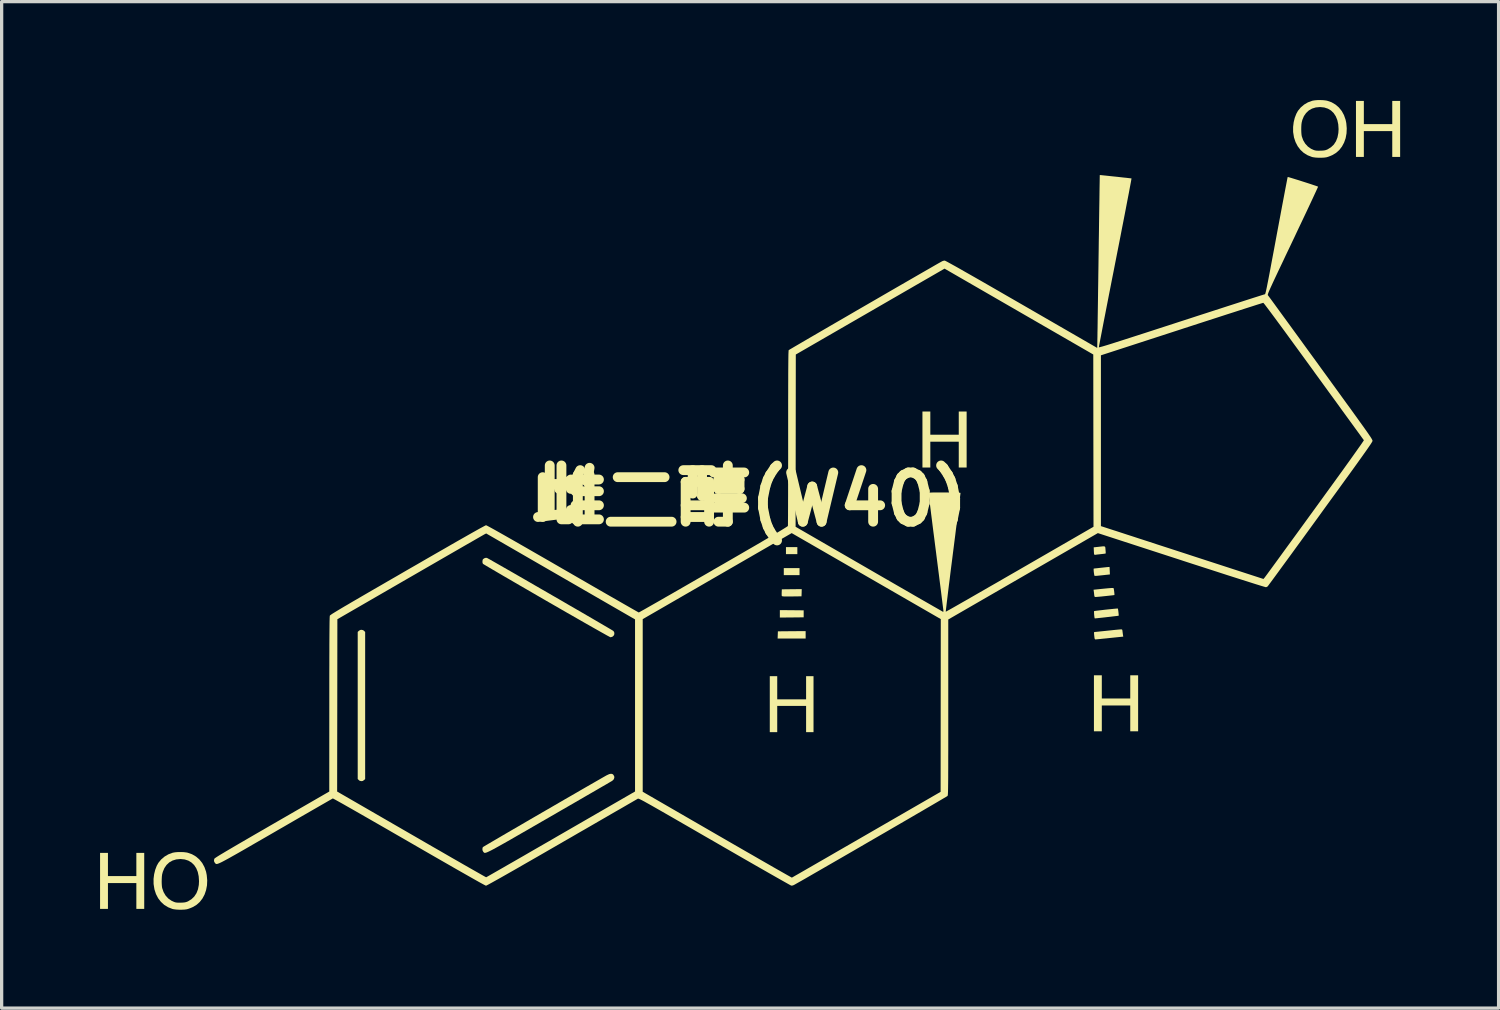
<source format=kicad_pcb>
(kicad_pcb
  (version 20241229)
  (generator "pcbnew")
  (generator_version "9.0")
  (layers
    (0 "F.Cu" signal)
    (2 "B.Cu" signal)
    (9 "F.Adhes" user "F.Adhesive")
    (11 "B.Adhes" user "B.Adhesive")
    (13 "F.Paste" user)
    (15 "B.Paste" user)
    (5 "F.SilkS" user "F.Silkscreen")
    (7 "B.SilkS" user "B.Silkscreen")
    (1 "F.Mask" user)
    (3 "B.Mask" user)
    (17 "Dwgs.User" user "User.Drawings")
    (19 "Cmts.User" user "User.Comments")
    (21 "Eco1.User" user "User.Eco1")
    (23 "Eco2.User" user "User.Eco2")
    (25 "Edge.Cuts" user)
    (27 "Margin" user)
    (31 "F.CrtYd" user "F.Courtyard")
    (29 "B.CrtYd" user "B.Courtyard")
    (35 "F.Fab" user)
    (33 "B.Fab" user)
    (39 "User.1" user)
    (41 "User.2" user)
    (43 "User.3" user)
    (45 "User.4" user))
  (footprint "雌二醇(W40)"
    (layer "F.Cu")
    (at 19.813 12.173)
    (property "Reference" "雌二醇(W40)" (at 0 0 0) (layer "F.SilkS") (effects (font (size 1.5 1.5) (thickness 0.3))))
    (attr board_only exclude_from_pos_files exclude_from_bom)
    (fp_poly (pts (xy 1.27 3.376) (xy 1.633 3.38) (xy 1.633 3.487) (xy 1.633 3.593) (xy 1.27 3.597) (xy 0.907 3.6) (xy 0.907 3.487) (xy 0.907 3.373)) (stroke (width 0) (type solid)) (fill yes) (layer "F.SilkS"))
    (fp_poly (pts (xy 1.44 1.56) (xy 1.44 1.667) (xy 1.267 1.667) (xy 1.093 1.667) (xy 1.093 1.56) (xy 1.093 1.453) (xy 1.267 1.453) (xy 1.44 1.453)) (stroke (width 0) (type solid)) (fill yes) (layer "F.SilkS"))
    (fp_poly (pts (xy 1.507 2.2) (xy 1.507 2.307) (xy 1.267 2.307) (xy 1.027 2.307) (xy 1.027 2.2) (xy 1.027 2.093) (xy 1.267 2.093) (xy 1.507 2.093)) (stroke (width 0) (type solid)) (fill yes) (layer "F.SilkS"))
    (fp_poly (pts (xy 1.693 4.126) (xy 1.693 4.24) (xy 1.266 4.24) (xy 0.839 4.24) (xy 0.843 4.13) (xy 0.847 4.02) (xy 1.27 4.016) (xy 1.693 4.013)) (stroke (width 0) (type solid)) (fill yes) (layer "F.SilkS"))
    (fp_poly (pts (xy -11.796 3.984) (xy -11.766 4.006) (xy -11.733 4.039) (xy -11.733 6.28) (xy -11.733 8.521) (xy -11.766 8.554) (xy -11.809 8.581) (xy -11.847 8.587) (xy -11.898 8.576) (xy -11.927 8.554) (xy -11.96 8.521) (xy -11.96 6.28) (xy -11.96 4.039) (xy -11.927 4.006) (xy -11.884 3.979) (xy -11.847 3.973)) (stroke (width 0) (type solid)) (fill yes) (layer "F.SilkS"))
    (fp_poly (pts (xy 1.571 2.843) (xy 1.567 2.953) (xy 1.27 2.957) (xy 1.17 2.958) (xy 1.094 2.958) (xy 1.039 2.957) (xy 1.002 2.954) (xy 0.979 2.95) (xy 0.968 2.945) (xy 0.966 2.942) (xy 0.963 2.92) (xy 0.962 2.88) (xy 0.963 2.832) (xy 0.967 2.74) (xy 1.271 2.736) (xy 1.574 2.733)) (stroke (width 0) (type solid)) (fill yes) (layer "F.SilkS"))
    (fp_poly (pts (xy -19.573 11.127) (xy -19.573 11.48) (xy -19.14 11.48) (xy -18.707 11.48) (xy -18.707 11.127) (xy -18.707 10.773) (xy -18.587 10.773) (xy -18.467 10.773) (xy -18.467 11.627) (xy -18.467 12.48) (xy -18.587 12.48) (xy -18.707 12.48) (xy -18.707 12.087) (xy -18.707 11.693) (xy -19.14 11.693) (xy -19.573 11.693) (xy -19.573 12.087) (xy -19.573 12.48) (xy -19.693 12.48) (xy -19.813 12.48) (xy -19.813 11.627) (xy -19.813 10.773) (xy -19.693 10.773) (xy -19.573 10.773)) (stroke (width 0) (type solid)) (fill yes) (layer "F.SilkS"))
    (fp_poly (pts (xy 0.827 5.74) (xy 0.827 6.093) (xy 1.267 6.093) (xy 1.707 6.093) (xy 1.707 5.74) (xy 1.707 5.387) (xy 1.82 5.387) (xy 1.933 5.387) (xy 1.933 6.24) (xy 1.933 7.093) (xy 1.82 7.093) (xy 1.707 7.093) (xy 1.707 6.693) (xy 1.707 6.293) (xy 1.267 6.293) (xy 0.827 6.293) (xy 0.827 6.693) (xy 0.827 7.093) (xy 0.713 7.093) (xy 0.6 7.093) (xy 0.6 6.24) (xy 0.6 5.387) (xy 0.713 5.387) (xy 0.827 5.387)) (stroke (width 0) (type solid)) (fill yes) (layer "F.SilkS"))
    (fp_poly (pts (xy 5.493 -2.327) (xy 5.493 -1.973) (xy 5.927 -1.973) (xy 6.36 -1.973) (xy 6.36 -2.327) (xy 6.36 -2.68) (xy 6.48 -2.68) (xy 6.6 -2.68) (xy 6.6 -1.827) (xy 6.6 -0.973) (xy 6.48 -0.973) (xy 6.36 -0.973) (xy 6.36 -1.367) (xy 6.36 -1.76) (xy 5.927 -1.76) (xy 5.493 -1.76) (xy 5.493 -1.367) (xy 5.493 -0.973) (xy 5.373 -0.973) (xy 5.253 -0.973) (xy 5.253 -1.827) (xy 5.253 -2.68) (xy 5.373 -2.68) (xy 5.493 -2.68)) (stroke (width 0) (type solid)) (fill yes) (layer "F.SilkS"))
    (fp_poly (pts (xy 10.72 5.713) (xy 10.72 6.067) (xy 11.153 6.067) (xy 11.587 6.067) (xy 11.587 5.713) (xy 11.587 5.36) (xy 11.707 5.36) (xy 11.827 5.36) (xy 11.827 6.213) (xy 11.827 7.067) (xy 11.707 7.067) (xy 11.587 7.067) (xy 11.587 6.673) (xy 11.587 6.28) (xy 11.153 6.28) (xy 10.72 6.28) (xy 10.72 6.673) (xy 10.72 7.067) (xy 10.6 7.067) (xy 10.48 7.067) (xy 10.48 6.213) (xy 10.48 5.36) (xy 10.6 5.36) (xy 10.72 5.36)) (stroke (width 0) (type solid)) (fill yes) (layer "F.SilkS"))
    (fp_poly (pts (xy 18.707 -11.793) (xy 18.707 -11.44) (xy 19.14 -11.44) (xy 19.573 -11.44) (xy 19.573 -11.793) (xy 19.573 -12.147) (xy 19.693 -12.147) (xy 19.813 -12.147) (xy 19.813 -11.293) (xy 19.813 -10.44) (xy 19.693 -10.44) (xy 19.573 -10.44) (xy 19.573 -10.833) (xy 19.573 -11.227) (xy 19.14 -11.227) (xy 18.707 -11.227) (xy 18.707 -10.833) (xy 18.707 -10.44) (xy 18.587 -10.44) (xy 18.467 -10.44) (xy 18.467 -11.293) (xy 18.467 -12.147) (xy 18.587 -12.147) (xy 18.707 -12.147)) (stroke (width 0) (type solid)) (fill yes) (layer "F.SilkS"))
    (fp_poly (pts (xy 10.81 1.435) (xy 10.823 1.449) (xy 10.828 1.472) (xy 10.831 1.507) (xy 10.833 1.534) (xy 10.837 1.585) (xy 10.839 1.624) (xy 10.838 1.645) (xy 10.837 1.647) (xy 10.823 1.651) (xy 10.787 1.656) (xy 10.737 1.662) (xy 10.699 1.666) (xy 10.638 1.673) (xy 10.583 1.679) (xy 10.543 1.684) (xy 10.529 1.687) (xy 10.499 1.686) (xy 10.487 1.676) (xy 10.483 1.656) (xy 10.48 1.616) (xy 10.477 1.567) (xy 10.477 1.56) (xy 10.473 1.46) (xy 10.613 1.445) (xy 10.693 1.436) (xy 10.749 1.43) (xy 10.787 1.429)) (stroke (width 0) (type solid)) (fill yes) (layer "F.SilkS"))
    (fp_poly (pts (xy 10.957 2.071) (xy 10.959 2.105) (xy 10.961 2.153) (xy 10.962 2.173) (xy 10.967 2.286) (xy 10.753 2.309) (xy 10.665 2.318) (xy 10.599 2.325) (xy 10.553 2.329) (xy 10.522 2.33) (xy 10.504 2.328) (xy 10.495 2.322) (xy 10.491 2.313) (xy 10.489 2.3) (xy 10.489 2.297) (xy 10.48 2.243) (xy 10.474 2.191) (xy 10.471 2.147) (xy 10.472 2.116) (xy 10.476 2.106) (xy 10.492 2.105) (xy 10.53 2.101) (xy 10.586 2.095) (xy 10.655 2.087) (xy 10.72 2.08) (xy 10.795 2.072) (xy 10.861 2.065) (xy 10.912 2.06) (xy 10.945 2.058) (xy 10.955 2.057)) (stroke (width 0) (type solid)) (fill yes) (layer "F.SilkS"))
    (fp_poly (pts (xy 11.07 2.701) (xy 11.08 2.706) (xy 11.08 2.706) (xy 11.085 2.725) (xy 11.091 2.76) (xy 11.097 2.805) (xy 11.102 2.85) (xy 11.105 2.888) (xy 11.105 2.911) (xy 11.104 2.914) (xy 11.09 2.916) (xy 11.054 2.921) (xy 11.001 2.927) (xy 10.936 2.934) (xy 10.863 2.942) (xy 10.787 2.95) (xy 10.713 2.958) (xy 10.646 2.964) (xy 10.589 2.969) (xy 10.549 2.972) (xy 10.531 2.973) (xy 10.511 2.971) (xy 10.499 2.961) (xy 10.492 2.937) (xy 10.487 2.897) (xy 10.482 2.848) (xy 10.476 2.805) (xy 10.474 2.786) (xy 10.468 2.752) (xy 10.769 2.721) (xy 10.872 2.711) (xy 10.95 2.704) (xy 11.008 2.7) (xy 11.047 2.699)) (stroke (width 0) (type solid)) (fill yes) (layer "F.SilkS"))
    (fp_poly (pts (xy 11.329 3.962) (xy 11.341 3.971) (xy 11.348 3.995) (xy 11.353 4.037) (xy 11.359 4.086) (xy 11.365 4.128) (xy 11.368 4.147) (xy 11.374 4.181) (xy 10.957 4.224) (xy 10.854 4.235) (xy 10.759 4.244) (xy 10.676 4.253) (xy 10.608 4.259) (xy 10.558 4.264) (xy 10.529 4.267) (xy 10.524 4.267) (xy 10.508 4.256) (xy 10.502 4.243) (xy 10.497 4.219) (xy 10.492 4.177) (xy 10.487 4.13) (xy 10.483 4.081) (xy 10.484 4.053) (xy 10.49 4.042) (xy 10.497 4.04) (xy 10.515 4.039) (xy 10.556 4.035) (xy 10.616 4.029) (xy 10.692 4.021) (xy 10.78 4.012) (xy 10.877 4.002) (xy 10.893 4) (xy 10.993 3.99) (xy 11.085 3.98) (xy 11.166 3.972) (xy 11.232 3.966) (xy 11.28 3.962) (xy 11.306 3.96) (xy 11.307 3.96)) (stroke (width 0) (type solid)) (fill yes) (layer "F.SilkS"))
    (fp_poly (pts (xy 11.209 3.325) (xy 11.213 3.34) (xy 11.219 3.373) (xy 11.225 3.417) (xy 11.23 3.464) (xy 11.234 3.506) (xy 11.235 3.535) (xy 11.234 3.543) (xy 11.221 3.546) (xy 11.185 3.551) (xy 11.131 3.557) (xy 11.063 3.565) (xy 10.985 3.575) (xy 10.901 3.584) (xy 10.815 3.594) (xy 10.733 3.603) (xy 10.657 3.611) (xy 10.592 3.618) (xy 10.542 3.623) (xy 10.511 3.626) (xy 10.505 3.626) (xy 10.5 3.614) (xy 10.494 3.582) (xy 10.489 3.535) (xy 10.487 3.519) (xy 10.484 3.468) (xy 10.483 3.428) (xy 10.484 3.406) (xy 10.485 3.404) (xy 10.5 3.4) (xy 10.536 3.395) (xy 10.591 3.388) (xy 10.66 3.38) (xy 10.738 3.371) (xy 10.822 3.361) (xy 10.907 3.352) (xy 10.989 3.344) (xy 11.063 3.336) (xy 11.127 3.33) (xy 11.175 3.326) (xy 11.203 3.324)) (stroke (width 0) (type solid)) (fill yes) (layer "F.SilkS"))
    (fp_poly (pts (xy -8.022 1.782) (xy -8.006 1.79) (xy -7.969 1.81) (xy -7.911 1.842) (xy -7.836 1.885) (xy -7.743 1.938) (xy -7.634 2) (xy -7.512 2.07) (xy -7.377 2.147) (xy -7.23 2.231) (xy -7.074 2.321) (xy -6.91 2.415) (xy -6.739 2.514) (xy -6.563 2.616) (xy -6.383 2.72) (xy -6.2 2.825) (xy -6.017 2.931) (xy -5.834 3.036) (xy -5.654 3.141) (xy -5.477 3.244) (xy -5.305 3.343) (xy -5.139 3.439) (xy -4.981 3.531) (xy -4.833 3.617) (xy -4.696 3.697) (xy -4.571 3.77) (xy -4.46 3.835) (xy -4.364 3.891) (xy -4.286 3.937) (xy -4.225 3.973) (xy -4.184 3.998) (xy -4.164 4.011) (xy -4.163 4.012) (xy -4.139 4.059) (xy -4.138 4.107) (xy -4.158 4.151) (xy -4.194 4.183) (xy -4.243 4.199) (xy -4.257 4.2) (xy -4.272 4.193) (xy -4.308 4.174) (xy -4.366 4.143) (xy -4.442 4.1) (xy -4.537 4.047) (xy -4.648 3.984) (xy -4.776 3.912) (xy -4.918 3.831) (xy -5.073 3.743) (xy -5.24 3.647) (xy -5.418 3.545) (xy -5.606 3.438) (xy -5.802 3.325) (xy -6.005 3.208) (xy -6.207 3.092) (xy -6.416 2.971) (xy -6.619 2.853) (xy -6.814 2.74) (xy -7.001 2.632) (xy -7.178 2.529) (xy -7.344 2.432) (xy -7.498 2.343) (xy -7.638 2.261) (xy -7.764 2.187) (xy -7.874 2.123) (xy -7.967 2.068) (xy -8.041 2.024) (xy -8.096 1.991) (xy -8.131 1.97) (xy -8.143 1.962) (xy -8.156 1.928) (xy -8.158 1.883) (xy -8.151 1.841) (xy -8.142 1.824) (xy -8.109 1.797) (xy -8.066 1.781) (xy -8.025 1.781)) (stroke (width 0) (type solid)) (fill yes) (layer "F.SilkS"))
    (fp_poly (pts (xy -4.192 8.372) (xy -4.174 8.386) (xy -4.143 8.433) (xy -4.138 8.482) (xy -4.156 8.531) (xy -4.199 8.574) (xy -4.2 8.574) (xy -4.215 8.584) (xy -4.252 8.605) (xy -4.31 8.639) (xy -4.386 8.684) (xy -4.482 8.739) (xy -4.594 8.804) (xy -4.721 8.878) (xy -4.863 8.96) (xy -5.019 9.05) (xy -5.186 9.147) (xy -5.364 9.25) (xy -5.551 9.358) (xy -5.747 9.471) (xy -5.949 9.588) (xy -6.118 9.686) (xy -6.367 9.829) (xy -6.594 9.96) (xy -6.799 10.079) (xy -6.985 10.185) (xy -7.151 10.281) (xy -7.3 10.367) (xy -7.432 10.442) (xy -7.549 10.508) (xy -7.651 10.565) (xy -7.739 10.614) (xy -7.814 10.655) (xy -7.878 10.689) (xy -7.932 10.716) (xy -7.976 10.737) (xy -8.012 10.753) (xy -8.041 10.764) (xy -8.064 10.77) (xy -8.081 10.773) (xy -8.094 10.772) (xy -8.104 10.768) (xy -8.113 10.762) (xy -8.12 10.755) (xy -8.127 10.746) (xy -8.131 10.742) (xy -8.153 10.704) (xy -8.16 10.656) (xy -8.152 10.612) (xy -8.143 10.596) (xy -8.131 10.588) (xy -8.096 10.567) (xy -8.042 10.535) (xy -7.969 10.492) (xy -7.879 10.439) (xy -7.773 10.377) (xy -7.653 10.307) (xy -7.52 10.229) (xy -7.376 10.145) (xy -7.222 10.055) (xy -7.059 9.961) (xy -6.89 9.862) (xy -6.716 9.761) (xy -6.537 9.657) (xy -6.356 9.552) (xy -6.174 9.447) (xy -5.993 9.342) (xy -5.814 9.238) (xy -5.638 9.136) (xy -5.467 9.038) (xy -5.303 8.943) (xy -5.146 8.852) (xy -4.999 8.767) (xy -4.863 8.689) (xy -4.739 8.618) (xy -4.629 8.555) (xy -4.534 8.5) (xy -4.457 8.456) (xy -4.397 8.422) (xy -4.366 8.405) (xy -4.294 8.372) (xy -4.237 8.361)) (stroke (width 0) (type solid)) (fill yes) (layer "F.SilkS"))
    (fp_poly (pts (xy -17.255 10.751) (xy -17.176 10.761) (xy -17.142 10.768) (xy -17.009 10.815) (xy -16.889 10.885) (xy -16.786 10.974) (xy -16.699 11.082) (xy -16.631 11.207) (xy -16.582 11.348) (xy -16.562 11.449) (xy -16.547 11.609) (xy -16.554 11.763) (xy -16.582 11.909) (xy -16.628 12.043) (xy -16.693 12.164) (xy -16.775 12.27) (xy -16.873 12.357) (xy -16.987 12.425) (xy -16.988 12.425) (xy -17.048 12.451) (xy -17.109 12.474) (xy -17.159 12.489) (xy -17.171 12.492) (xy -17.238 12.501) (xy -17.32 12.505) (xy -17.409 12.505) (xy -17.495 12.5) (xy -17.569 12.49) (xy -17.607 12.482) (xy -17.739 12.43) (xy -17.857 12.358) (xy -17.958 12.265) (xy -18.043 12.155) (xy -18.109 12.028) (xy -18.155 11.887) (xy -18.18 11.732) (xy -18.182 11.707) (xy -18.182 11.644) (xy -17.935 11.644) (xy -17.933 11.724) (xy -17.928 11.793) (xy -17.92 11.845) (xy -17.919 11.847) (xy -17.877 11.968) (xy -17.815 12.074) (xy -17.734 12.163) (xy -17.635 12.232) (xy -17.556 12.268) (xy -17.516 12.281) (xy -17.473 12.288) (xy -17.42 12.291) (xy -17.349 12.29) (xy -17.347 12.29) (xy -17.278 12.287) (xy -17.228 12.281) (xy -17.189 12.272) (xy -17.151 12.258) (xy -17.131 12.249) (xy -17.026 12.184) (xy -16.941 12.102) (xy -16.875 12.002) (xy -16.829 11.884) (xy -16.803 11.75) (xy -16.797 11.633) (xy -16.807 11.486) (xy -16.835 11.354) (xy -16.882 11.24) (xy -16.946 11.143) (xy -17.027 11.066) (xy -17.122 11.009) (xy -17.233 10.973) (xy -17.356 10.96) (xy -17.367 10.96) (xy -17.492 10.972) (xy -17.605 11.007) (xy -17.704 11.063) (xy -17.787 11.141) (xy -17.853 11.237) (xy -17.901 11.352) (xy -17.922 11.433) (xy -17.929 11.491) (xy -17.933 11.564) (xy -17.935 11.644) (xy -18.182 11.644) (xy -18.183 11.566) (xy -18.165 11.424) (xy -18.132 11.289) (xy -18.085 11.165) (xy -18.035 11.076) (xy -17.951 10.974) (xy -17.848 10.886) (xy -17.731 10.817) (xy -17.604 10.77) (xy -17.594 10.767) (xy -17.525 10.755) (xy -17.439 10.748) (xy -17.346 10.747)) (stroke (width 0) (type solid)) (fill yes) (layer "F.SilkS"))
    (fp_poly (pts (xy 17.478 -12.169) (xy 17.557 -12.159) (xy 17.591 -12.152) (xy 17.725 -12.105) (xy 17.844 -12.035) (xy 17.947 -11.946) (xy 18.034 -11.838) (xy 18.102 -11.713) (xy 18.151 -11.572) (xy 18.172 -11.471) (xy 18.186 -11.311) (xy 18.179 -11.157) (xy 18.152 -11.011) (xy 18.105 -10.877) (xy 18.04 -10.756) (xy 17.958 -10.65) (xy 17.86 -10.563) (xy 17.747 -10.495) (xy 17.745 -10.495) (xy 17.685 -10.469) (xy 17.625 -10.446) (xy 17.574 -10.431) (xy 17.563 -10.428) (xy 17.495 -10.419) (xy 17.413 -10.415) (xy 17.324 -10.415) (xy 17.239 -10.42) (xy 17.165 -10.43) (xy 17.127 -10.438) (xy 16.994 -10.49) (xy 16.876 -10.562) (xy 16.775 -10.655) (xy 16.691 -10.765) (xy 16.625 -10.892) (xy 16.578 -11.033) (xy 16.553 -11.188) (xy 16.551 -11.213) (xy 16.551 -11.276) (xy 16.799 -11.276) (xy 16.801 -11.196) (xy 16.806 -11.127) (xy 16.814 -11.075) (xy 16.814 -11.073) (xy 16.856 -10.952) (xy 16.919 -10.846) (xy 17 -10.757) (xy 17.098 -10.688) (xy 17.178 -10.652) (xy 17.218 -10.639) (xy 17.26 -10.632) (xy 17.313 -10.629) (xy 17.384 -10.63) (xy 17.387 -10.63) (xy 17.455 -10.633) (xy 17.505 -10.639) (xy 17.545 -10.648) (xy 17.582 -10.662) (xy 17.603 -10.671) (xy 17.707 -10.736) (xy 17.793 -10.818) (xy 17.858 -10.918) (xy 17.904 -11.036) (xy 17.93 -11.17) (xy 17.937 -11.287) (xy 17.927 -11.434) (xy 17.898 -11.566) (xy 17.851 -11.68) (xy 17.787 -11.777) (xy 17.707 -11.854) (xy 17.611 -11.911) (xy 17.501 -11.947) (xy 17.377 -11.96) (xy 17.367 -11.96) (xy 17.241 -11.948) (xy 17.128 -11.913) (xy 17.03 -11.857) (xy 16.947 -11.779) (xy 16.88 -11.683) (xy 16.832 -11.568) (xy 16.812 -11.487) (xy 16.804 -11.429) (xy 16.8 -11.356) (xy 16.799 -11.276) (xy 16.551 -11.276) (xy 16.551 -11.354) (xy 16.568 -11.496) (xy 16.601 -11.631) (xy 16.649 -11.755) (xy 16.698 -11.844) (xy 16.782 -11.946) (xy 16.885 -12.034) (xy 17.002 -12.103) (xy 17.129 -12.15) (xy 17.139 -12.153) (xy 17.209 -12.165) (xy 17.294 -12.172) (xy 17.387 -12.173)) (stroke (width 0) (type solid)) (fill yes) (layer "F.SilkS"))
    (fp_poly (pts (xy 10.672 -9.887) (xy 10.708 -9.884) (xy 10.764 -9.878) (xy 10.835 -9.871) (xy 10.918 -9.862) (xy 11.01 -9.852) (xy 11.107 -9.842) (xy 11.205 -9.832) (xy 11.3 -9.821) (xy 11.39 -9.811) (xy 11.47 -9.803) (xy 11.537 -9.795) (xy 11.588 -9.789) (xy 11.618 -9.786) (xy 11.625 -9.784) (xy 11.623 -9.771) (xy 11.617 -9.733) (xy 11.606 -9.671) (xy 11.59 -9.587) (xy 11.57 -9.481) (xy 11.547 -9.356) (xy 11.519 -9.212) (xy 11.488 -9.051) (xy 11.454 -8.873) (xy 11.417 -8.681) (xy 11.377 -8.475) (xy 11.334 -8.257) (xy 11.29 -8.028) (xy 11.243 -7.788) (xy 11.194 -7.54) (xy 11.144 -7.285) (xy 11.131 -7.22) (xy 11.081 -6.963) (xy 11.031 -6.713) (xy 10.984 -6.471) (xy 10.938 -6.238) (xy 10.895 -6.016) (xy 10.854 -5.806) (xy 10.816 -5.609) (xy 10.78 -5.427) (xy 10.748 -5.26) (xy 10.719 -5.11) (xy 10.694 -4.979) (xy 10.672 -4.867) (xy 10.655 -4.776) (xy 10.642 -4.707) (xy 10.634 -4.661) (xy 10.63 -4.64) (xy 10.63 -4.639) (xy 10.635 -4.637) (xy 10.648 -4.639) (xy 10.67 -4.644) (xy 10.703 -4.653) (xy 10.748 -4.665) (xy 10.805 -4.682) (xy 10.875 -4.703) (xy 10.959 -4.729) (xy 11.058 -4.76) (xy 11.173 -4.797) (xy 11.305 -4.839) (xy 11.455 -4.887) (xy 11.623 -4.941) (xy 11.812 -5.002) (xy 12.02 -5.069) (xy 12.251 -5.144) (xy 12.503 -5.226) (xy 12.779 -5.315) (xy 13.079 -5.413) (xy 13.147 -5.435) (xy 13.398 -5.516) (xy 13.642 -5.596) (xy 13.878 -5.672) (xy 14.106 -5.746) (xy 14.323 -5.816) (xy 14.529 -5.883) (xy 14.722 -5.945) (xy 14.901 -6.003) (xy 15.065 -6.056) (xy 15.212 -6.103) (xy 15.342 -6.145) (xy 15.453 -6.18) (xy 15.544 -6.209) (xy 15.614 -6.231) (xy 15.661 -6.246) (xy 15.685 -6.252) (xy 15.687 -6.253) (xy 15.691 -6.254) (xy 15.695 -6.259) (xy 15.7 -6.267) (xy 15.706 -6.282) (xy 15.712 -6.304) (xy 15.72 -6.334) (xy 15.729 -6.374) (xy 15.74 -6.424) (xy 15.753 -6.487) (xy 15.768 -6.563) (xy 15.786 -6.654) (xy 15.807 -6.761) (xy 15.831 -6.886) (xy 15.858 -7.029) (xy 15.888 -7.192) (xy 15.923 -7.377) (xy 15.962 -7.583) (xy 16.005 -7.814) (xy 16.046 -8.037) (xy 16.086 -8.251) (xy 16.125 -8.458) (xy 16.162 -8.656) (xy 16.197 -8.844) (xy 16.23 -9.02) (xy 16.261 -9.183) (xy 16.289 -9.331) (xy 16.314 -9.463) (xy 16.336 -9.577) (xy 16.354 -9.671) (xy 16.368 -9.745) (xy 16.379 -9.797) (xy 16.385 -9.824) (xy 16.386 -9.829) (xy 16.399 -9.826) (xy 16.435 -9.817) (xy 16.488 -9.801) (xy 16.557 -9.78) (xy 16.637 -9.755) (xy 16.726 -9.728) (xy 16.819 -9.698) (xy 16.913 -9.668) (xy 17.004 -9.639) (xy 17.09 -9.611) (xy 17.166 -9.585) (xy 17.23 -9.564) (xy 17.278 -9.547) (xy 17.306 -9.536) (xy 17.312 -9.533) (xy 17.307 -9.52) (xy 17.291 -9.485) (xy 17.265 -9.428) (xy 17.23 -9.352) (xy 17.186 -9.257) (xy 17.134 -9.145) (xy 17.074 -9.017) (xy 17.007 -8.874) (xy 16.934 -8.719) (xy 16.855 -8.552) (xy 16.771 -8.375) (xy 16.683 -8.19) (xy 16.592 -7.996) (xy 16.54 -7.887) (xy 16.43 -7.655) (xy 16.33 -7.447) (xy 16.242 -7.259) (xy 16.163 -7.093) (xy 16.093 -6.946) (xy 16.032 -6.816) (xy 15.979 -6.704) (xy 15.934 -6.607) (xy 15.896 -6.524) (xy 15.864 -6.455) (xy 15.839 -6.398) (xy 15.818 -6.351) (xy 15.803 -6.314) (xy 15.792 -6.285) (xy 15.785 -6.263) (xy 15.781 -6.248) (xy 15.779 -6.237) (xy 15.78 -6.229) (xy 15.783 -6.224) (xy 15.785 -6.22) (xy 15.796 -6.207) (xy 15.821 -6.173) (xy 15.86 -6.12) (xy 15.913 -6.048) (xy 15.978 -5.959) (xy 16.055 -5.853) (xy 16.143 -5.732) (xy 16.242 -5.596) (xy 16.35 -5.448) (xy 16.468 -5.286) (xy 16.593 -5.114) (xy 16.726 -4.932) (xy 16.865 -4.74) (xy 17.01 -4.54) (xy 17.161 -4.333) (xy 17.316 -4.12) (xy 17.392 -4.014) (xy 17.578 -3.759) (xy 17.748 -3.524) (xy 17.904 -3.309) (xy 18.046 -3.113) (xy 18.175 -2.935) (xy 18.292 -2.775) (xy 18.396 -2.63) (xy 18.49 -2.5) (xy 18.572 -2.385) (xy 18.645 -2.284) (xy 18.709 -2.195) (xy 18.763 -2.118) (xy 18.81 -2.052) (xy 18.849 -1.995) (xy 18.881 -1.948) (xy 18.908 -1.909) (xy 18.928 -1.877) (xy 18.944 -1.851) (xy 18.955 -1.831) (xy 18.963 -1.815) (xy 18.968 -1.804) (xy 18.97 -1.795) (xy 18.971 -1.787) (xy 18.971 -1.785) (xy 18.969 -1.776) (xy 18.963 -1.764) (xy 18.953 -1.745) (xy 18.938 -1.721) (xy 18.918 -1.689) (xy 18.891 -1.649) (xy 18.858 -1.601) (xy 18.818 -1.543) (xy 18.77 -1.474) (xy 18.713 -1.394) (xy 18.648 -1.302) (xy 18.572 -1.196) (xy 18.487 -1.077) (xy 18.39 -0.942) (xy 18.282 -0.792) (xy 18.161 -0.626) (xy 18.028 -0.442) (xy 17.882 -0.24) (xy 17.721 -0.019) (xy 17.546 0.222) (xy 17.381 0.45) (xy 17.225 0.665) (xy 17.072 0.876) (xy 16.924 1.079) (xy 16.782 1.275) (xy 16.646 1.461) (xy 16.517 1.639) (xy 16.396 1.805) (xy 16.283 1.959) (xy 16.179 2.101) (xy 16.086 2.229) (xy 16.003 2.342) (xy 15.932 2.439) (xy 15.873 2.519) (xy 15.827 2.581) (xy 15.795 2.624) (xy 15.778 2.647) (xy 15.775 2.651) (xy 15.744 2.668) (xy 15.725 2.675) (xy 15.709 2.672) (xy 15.668 2.66) (xy 15.603 2.641) (xy 15.515 2.614) (xy 15.405 2.58) (xy 15.273 2.538) (xy 15.119 2.489) (xy 14.945 2.434) (xy 14.751 2.372) (xy 14.537 2.304) (xy 14.306 2.229) (xy 14.056 2.148) (xy 13.79 2.062) (xy 13.507 1.971) (xy 13.208 1.874) (xy 13.148 1.854) (xy 10.6 1.026) (xy 8.32 2.342) (xy 6.04 3.659) (xy 6.04 6.334) (xy 6.04 6.649) (xy 6.04 6.938) (xy 6.04 7.203) (xy 6.04 7.444) (xy 6.04 7.663) (xy 6.039 7.861) (xy 6.039 8.038) (xy 6.039 8.197) (xy 6.038 8.338) (xy 6.038 8.462) (xy 6.037 8.57) (xy 6.036 8.663) (xy 6.035 8.743) (xy 6.034 8.811) (xy 6.033 8.867) (xy 6.032 8.913) (xy 6.03 8.949) (xy 6.029 8.978) (xy 6.027 8.999) (xy 6.025 9.015) (xy 6.022 9.026) (xy 6.02 9.033) (xy 6.017 9.038) (xy 6.017 9.038) (xy 6.004 9.047) (xy 5.969 9.068) (xy 5.914 9.1) (xy 5.84 9.144) (xy 5.748 9.198) (xy 5.639 9.262) (xy 5.516 9.334) (xy 5.378 9.414) (xy 5.229 9.502) (xy 5.068 9.595) (xy 4.897 9.695) (xy 4.718 9.799) (xy 4.532 9.907) (xy 4.34 10.018) (xy 4.143 10.133) (xy 3.944 10.248) (xy 3.742 10.365) (xy 3.54 10.482) (xy 3.339 10.599) (xy 3.141 10.714) (xy 2.945 10.827) (xy 2.755 10.937) (xy 2.571 11.043) (xy 2.394 11.145) (xy 2.226 11.242) (xy 2.068 11.333) (xy 1.922 11.417) (xy 1.789 11.494) (xy 1.67 11.563) (xy 1.566 11.622) (xy 1.479 11.671) (xy 1.41 11.71) (xy 1.361 11.738) (xy 1.333 11.753) (xy 1.332 11.754) (xy 1.293 11.768) (xy 1.256 11.771) (xy 1.255 11.771) (xy 1.24 11.764) (xy 1.203 11.744) (xy 1.146 11.712) (xy 1.068 11.668) (xy 0.972 11.614) (xy 0.859 11.55) (xy 0.729 11.476) (xy 0.583 11.393) (xy 0.424 11.302) (xy 0.252 11.204) (xy 0.067 11.098) (xy -0.128 10.986) (xy -0.333 10.868) (xy -0.546 10.745) (xy -0.767 10.618) (xy -0.994 10.487) (xy -1.085 10.434) (xy -1.357 10.278) (xy -1.606 10.134) (xy -1.834 10.002) (xy -2.041 9.883) (xy -2.23 9.774) (xy -2.4 9.676) (xy -2.553 9.588) (xy -2.689 9.51) (xy -2.81 9.441) (xy -2.917 9.38) (xy -3.01 9.327) (xy -3.09 9.282) (xy -3.159 9.244) (xy -3.217 9.211) (xy -3.266 9.185) (xy -3.306 9.164) (xy -3.338 9.148) (xy -3.363 9.136) (xy -3.382 9.128) (xy -3.397 9.123) (xy -3.407 9.121) (xy -3.415 9.12) (xy -3.42 9.121) (xy -3.425 9.123) (xy -3.425 9.124) (xy -3.44 9.132) (xy -3.477 9.154) (xy -3.535 9.187) (xy -3.612 9.232) (xy -3.708 9.287) (xy -3.822 9.353) (xy -3.951 9.428) (xy -4.097 9.511) (xy -4.256 9.603) (xy -4.428 9.703) (xy -4.612 9.809) (xy -4.807 9.922) (xy -5.011 10.04) (xy -5.224 10.162) (xy -5.444 10.29) (xy -5.671 10.42) (xy -5.737 10.459) (xy -6.048 10.638) (xy -6.337 10.805) (xy -6.603 10.958) (xy -6.846 11.097) (xy -7.066 11.224) (xy -7.264 11.337) (xy -7.44 11.437) (xy -7.593 11.524) (xy -7.724 11.597) (xy -7.833 11.658) (xy -7.92 11.706) (xy -7.984 11.741) (xy -8.027 11.763) (xy -8.048 11.773) (xy -8.05 11.773) (xy -8.067 11.766) (xy -8.106 11.746) (xy -8.167 11.713) (xy -8.251 11.667) (xy -8.356 11.608) (xy -8.483 11.536) (xy -8.631 11.452) (xy -8.8 11.356) (xy -8.99 11.248) (xy -9.2 11.127) (xy -9.43 10.995) (xy -9.679 10.852) (xy -9.948 10.697) (xy -10.237 10.53) (xy -10.393 10.44) (xy -10.623 10.307) (xy -10.846 10.179) (xy -11.062 10.054) (xy -11.269 9.935) (xy -11.468 9.821) (xy -11.656 9.713) (xy -11.832 9.612) (xy -11.995 9.519) (xy -12.145 9.433) (xy -12.28 9.357) (xy -12.399 9.289) (xy -12.501 9.232) (xy -12.585 9.185) (xy -12.649 9.149) (xy -12.693 9.126) (xy -12.715 9.114) (xy -12.718 9.114) (xy -12.732 9.121) (xy -12.767 9.141) (xy -12.823 9.173) (xy -12.898 9.216) (xy -12.99 9.269) (xy -13.1 9.332) (xy -13.225 9.404) (xy -13.364 9.484) (xy -13.516 9.572) (xy -13.68 9.666) (xy -13.853 9.766) (xy -14.036 9.872) (xy -14.226 9.982) (xy -14.423 10.095) (xy -14.458 10.116) (xy -14.695 10.253) (xy -14.91 10.377) (xy -15.105 10.489) (xy -15.279 10.59) (xy -15.435 10.68) (xy -15.573 10.759) (xy -15.695 10.828) (xy -15.802 10.888) (xy -15.894 10.94) (xy -15.973 10.983) (xy -16.04 11.019) (xy -16.097 11.049) (xy -16.143 11.071) (xy -16.181 11.088) (xy -16.211 11.1) (xy -16.235 11.108) (xy -16.253 11.111) (xy -16.268 11.111) (xy -16.279 11.108) (xy -16.288 11.103) (xy -16.296 11.097) (xy -16.304 11.089) (xy -16.305 11.088) (xy -16.334 11.045) (xy -16.341 10.994) (xy -16.329 10.951) (xy -16.322 10.943) (xy -16.305 10.93) (xy -16.279 10.912) (xy -16.242 10.888) (xy -16.193 10.857) (xy -16.131 10.819) (xy -16.055 10.774) (xy -15.965 10.72) (xy -15.859 10.658) (xy -15.737 10.586) (xy -15.597 10.504) (xy -15.438 10.412) (xy -15.261 10.309) (xy -15.063 10.194) (xy -14.844 10.068) (xy -14.603 9.928) (xy -14.568 9.908) (xy -12.827 8.903) (xy -12.587 8.903) (xy -10.323 10.211) (xy -10.096 10.342) (xy -9.875 10.47) (xy -9.662 10.593) (xy -9.456 10.711) (xy -9.26 10.824) (xy -9.075 10.931) (xy -8.901 11.03) (xy -8.74 11.123) (xy -8.593 11.207) (xy -8.461 11.282) (xy -8.345 11.348) (xy -8.246 11.404) (xy -8.166 11.45) (xy -8.105 11.484) (xy -8.065 11.506) (xy -8.046 11.516) (xy -8.045 11.516) (xy -8.032 11.509) (xy -7.997 11.49) (xy -7.941 11.458) (xy -7.866 11.415) (xy -7.772 11.361) (xy -7.66 11.297) (xy -7.532 11.224) (xy -7.389 11.141) (xy -7.231 11.051) (xy -7.061 10.953) (xy -6.878 10.848) (xy -6.685 10.736) (xy -6.482 10.619) (xy -6.27 10.497) (xy -6.051 10.371) (xy -5.826 10.24) (xy -5.768 10.207) (xy -3.521 8.91) (xy -3.273 8.91) (xy -1.007 10.22) (xy -0.78 10.351) (xy -0.559 10.479) (xy -0.345 10.602) (xy -0.139 10.721) (xy 0.057 10.833) (xy 0.242 10.94) (xy 0.416 11.04) (xy 0.577 11.132) (xy 0.724 11.217) (xy 0.856 11.292) (xy 0.972 11.358) (xy 1.071 11.414) (xy 1.152 11.46) (xy 1.213 11.494) (xy 1.253 11.516) (xy 1.272 11.526) (xy 1.273 11.527) (xy 1.286 11.52) (xy 1.321 11.5) (xy 1.376 11.468) (xy 1.452 11.425) (xy 1.546 11.371) (xy 1.657 11.307) (xy 1.785 11.233) (xy 1.928 11.151) (xy 2.085 11.06) (xy 2.256 10.962) (xy 2.438 10.857) (xy 2.631 10.745) (xy 2.834 10.628) (xy 3.046 10.506) (xy 3.265 10.38) (xy 3.49 10.25) (xy 3.547 10.217) (xy 5.807 8.912) (xy 5.809 6.279) (xy 5.812 3.647) (xy 3.54 2.336) (xy 1.268 1.026) (xy -1.003 2.337) (xy -3.273 3.648) (xy -3.273 6.279) (xy -3.273 8.91) (xy -3.521 8.91) (xy -3.507 8.901) (xy -3.507 6.279) (xy -3.507 3.656) (xy -5.775 2.347) (xy -8.044 1.037) (xy -8.085 1.057) (xy -8.101 1.066) (xy -8.138 1.087) (xy -8.197 1.121) (xy -8.275 1.166) (xy -8.371 1.221) (xy -8.485 1.287) (xy -8.615 1.361) (xy -8.761 1.445) (xy -8.92 1.537) (xy -9.092 1.636) (xy -9.276 1.742) (xy -9.47 1.854) (xy -9.674 1.972) (xy -9.886 2.094) (xy -10.105 2.221) (xy -10.33 2.351) (xy -10.353 2.364) (xy -12.58 3.651) (xy -12.583 6.277) (xy -12.587 8.903) (xy -12.827 8.903) (xy -12.827 8.903) (xy -12.826 6.242) (xy -12.826 5.912) (xy -12.826 5.609) (xy -12.826 5.33) (xy -12.825 5.076) (xy -12.825 4.844) (xy -12.824 4.635) (xy -12.824 4.448) (xy -12.823 4.28) (xy -12.822 4.133) (xy -12.821 4.004) (xy -12.82 3.893) (xy -12.819 3.799) (xy -12.818 3.721) (xy -12.816 3.658) (xy -12.815 3.61) (xy -12.813 3.575) (xy -12.811 3.553) (xy -12.809 3.542) (xy -12.809 3.542) (xy -12.804 3.536) (xy -12.793 3.526) (xy -12.774 3.513) (xy -12.748 3.494) (xy -12.712 3.471) (xy -12.666 3.443) (xy -12.609 3.408) (xy -12.541 3.367) (xy -12.461 3.319) (xy -12.367 3.263) (xy -12.258 3.2) (xy -12.135 3.127) (xy -11.995 3.046) (xy -11.839 2.955) (xy -11.665 2.854) (xy -11.472 2.742) (xy -11.26 2.62) (xy -11.028 2.485) (xy -10.774 2.339) (xy -10.499 2.179) (xy -10.44 2.145) (xy -10.13 1.967) (xy -9.843 1.801) (xy -9.579 1.649) (xy -9.336 1.51) (xy -9.116 1.383) (xy -8.917 1.269) (xy -8.739 1.168) (xy -8.583 1.079) (xy -8.447 1.002) (xy -8.331 0.937) (xy -8.236 0.884) (xy -8.16 0.843) (xy -8.104 0.813) (xy -8.068 0.794) (xy -8.05 0.787) (xy -8.049 0.787) (xy -8.034 0.792) (xy -8 0.809) (xy -7.948 0.837) (xy -7.876 0.876) (xy -7.784 0.927) (xy -7.672 0.99) (xy -7.539 1.065) (xy -7.386 1.152) (xy -7.212 1.251) (xy -7.017 1.363) (xy -6.8 1.487) (xy -6.562 1.624) (xy -6.301 1.774) (xy -6.018 1.937) (xy -5.712 2.114) (xy -5.71 2.115) (xy -5.481 2.247) (xy -5.258 2.376) (xy -5.042 2.5) (xy -4.835 2.62) (xy -4.637 2.734) (xy -4.449 2.842) (xy -4.274 2.943) (xy -4.11 3.036) (xy -3.961 3.122) (xy -3.827 3.199) (xy -3.708 3.267) (xy -3.607 3.325) (xy -3.524 3.372) (xy -3.461 3.408) (xy -3.417 3.432) (xy -3.396 3.444) (xy -3.393 3.445) (xy -3.381 3.439) (xy -3.346 3.42) (xy -3.29 3.388) (xy -3.214 3.346) (xy -3.12 3.292) (xy -3.009 3.229) (xy -2.881 3.156) (xy -2.737 3.074) (xy -2.58 2.983) (xy -2.409 2.886) (xy -2.227 2.781) (xy -2.034 2.67) (xy -1.831 2.553) (xy -1.619 2.431) (xy -1.4 2.305) (xy -1.174 2.175) (xy -1.117 2.141) (xy -0.828 1.975) (xy -0.562 1.821) (xy -0.318 1.68) (xy -0.096 1.551) (xy 0.107 1.434) (xy 0.289 1.328) (xy 0.451 1.233) (xy 0.596 1.148) (xy 0.721 1.074) (xy 0.83 1.01) (xy 0.921 0.956) (xy 0.997 0.91) (xy 1.056 0.873) (xy 1.101 0.845) (xy 1.119 0.833) (xy 1.387 0.833) (xy 3.63 2.129) (xy 3.856 2.26) (xy 4.076 2.387) (xy 4.288 2.509) (xy 4.492 2.627) (xy 4.687 2.739) (xy 4.871 2.845) (xy 5.043 2.945) (xy 5.203 3.037) (xy 5.348 3.12) (xy 5.479 3.195) (xy 5.593 3.261) (xy 5.69 3.316) (xy 5.769 3.361) (xy 5.828 3.395) (xy 5.866 3.417) (xy 5.883 3.426) (xy 5.883 3.426) (xy 5.892 3.416) (xy 5.893 3.405) (xy 5.892 3.39) (xy 5.887 3.349) (xy 5.879 3.285) (xy 5.868 3.2) (xy 5.855 3.094) (xy 5.839 2.969) (xy 5.822 2.828) (xy 5.802 2.67) (xy 5.78 2.499) (xy 5.757 2.315) (xy 5.732 2.121) (xy 5.706 1.917) (xy 5.679 1.705) (xy 5.667 1.609) (xy 5.639 1.394) (xy 5.613 1.186) (xy 5.587 0.987) (xy 5.563 0.798) (xy 5.541 0.621) (xy 5.52 0.457) (xy 5.502 0.308) (xy 5.485 0.175) (xy 5.471 0.061) (xy 5.459 -0.034) (xy 5.45 -0.108) (xy 5.443 -0.159) (xy 5.44 -0.186) (xy 5.44 -0.19) (xy 5.441 -0.196) (xy 5.447 -0.201) (xy 5.461 -0.205) (xy 5.483 -0.208) (xy 5.518 -0.21) (xy 5.568 -0.212) (xy 5.634 -0.213) (xy 5.721 -0.213) (xy 5.83 -0.213) (xy 5.927 -0.213) (xy 6.059 -0.213) (xy 6.167 -0.213) (xy 6.252 -0.211) (xy 6.317 -0.21) (xy 6.363 -0.207) (xy 6.393 -0.204) (xy 6.409 -0.201) (xy 6.413 -0.197) (xy 6.412 -0.182) (xy 6.407 -0.142) (xy 6.399 -0.078) (xy 6.389 0.007) (xy 6.375 0.112) (xy 6.36 0.236) (xy 6.342 0.378) (xy 6.322 0.535) (xy 6.301 0.706) (xy 6.277 0.89) (xy 6.253 1.085) (xy 6.227 1.289) (xy 6.2 1.502) (xy 6.185 1.617) (xy 6.158 1.833) (xy 6.131 2.042) (xy 6.106 2.241) (xy 6.083 2.431) (xy 6.06 2.608) (xy 6.04 2.772) (xy 6.022 2.922) (xy 6.006 3.054) (xy 5.992 3.169) (xy 5.981 3.264) (xy 5.972 3.338) (xy 5.966 3.39) (xy 5.964 3.417) (xy 5.964 3.422) (xy 5.976 3.416) (xy 6.01 3.397) (xy 6.065 3.367) (xy 6.14 3.325) (xy 6.233 3.272) (xy 6.344 3.209) (xy 6.471 3.136) (xy 6.614 3.055) (xy 6.77 2.965) (xy 6.94 2.867) (xy 7.122 2.763) (xy 7.314 2.652) (xy 7.517 2.536) (xy 7.728 2.414) (xy 7.946 2.288) (xy 8.171 2.159) (xy 8.219 2.131) (xy 10.467 0.833) (xy 10.467 0.813) (xy 10.693 0.813) (xy 11.023 0.92) (xy 11.072 0.936) (xy 11.145 0.959) (xy 11.24 0.99) (xy 11.356 1.028) (xy 11.49 1.072) (xy 11.643 1.121) (xy 11.81 1.176) (xy 11.993 1.235) (xy 12.187 1.298) (xy 12.393 1.366) (xy 12.609 1.436) (xy 12.832 1.508) (xy 13.062 1.583) (xy 13.296 1.659) (xy 13.5 1.726) (xy 15.647 2.424) (xy 15.683 2.382) (xy 15.694 2.367) (xy 15.72 2.332) (xy 15.761 2.277) (xy 15.814 2.204) (xy 15.881 2.113) (xy 15.959 2.006) (xy 16.048 1.884) (xy 16.147 1.748) (xy 16.255 1.599) (xy 16.372 1.438) (xy 16.497 1.267) (xy 16.63 1.085) (xy 16.768 0.895) (xy 16.912 0.697) (xy 17.06 0.493) (xy 17.213 0.283) (xy 17.219 0.274) (xy 17.409 0.012) (xy 17.588 -0.235) (xy 17.755 -0.465) (xy 17.909 -0.678) (xy 18.051 -0.874) (xy 18.179 -1.053) (xy 18.295 -1.214) (xy 18.396 -1.356) (xy 18.484 -1.48) (xy 18.558 -1.585) (xy 18.618 -1.669) (xy 18.662 -1.734) (xy 18.692 -1.778) (xy 18.706 -1.802) (xy 18.708 -1.806) (xy 18.699 -1.818) (xy 18.675 -1.85) (xy 18.637 -1.902) (xy 18.586 -1.973) (xy 18.522 -2.061) (xy 18.446 -2.165) (xy 18.359 -2.285) (xy 18.262 -2.418) (xy 18.155 -2.565) (xy 18.039 -2.724) (xy 17.916 -2.895) (xy 17.785 -3.075) (xy 17.647 -3.264) (xy 17.504 -3.461) (xy 17.356 -3.665) (xy 17.203 -3.875) (xy 17.181 -3.907) (xy 16.972 -4.194) (xy 16.779 -4.459) (xy 16.601 -4.703) (xy 16.439 -4.925) (xy 16.292 -5.127) (xy 16.16 -5.306) (xy 16.043 -5.465) (xy 15.941 -5.603) (xy 15.854 -5.72) (xy 15.782 -5.816) (xy 15.725 -5.891) (xy 15.683 -5.946) (xy 15.655 -5.98) (xy 15.642 -5.993) (xy 15.641 -5.993) (xy 15.627 -5.989) (xy 15.588 -5.977) (xy 15.526 -5.958) (xy 15.442 -5.932) (xy 15.338 -5.898) (xy 15.215 -5.859) (xy 15.074 -5.814) (xy 14.916 -5.763) (xy 14.743 -5.707) (xy 14.555 -5.647) (xy 14.355 -5.582) (xy 14.142 -5.513) (xy 13.919 -5.441) (xy 13.687 -5.366) (xy 13.447 -5.288) (xy 13.2 -5.208) (xy 13.156 -5.193) (xy 10.693 -4.393) (xy 10.693 -1.79) (xy 10.693 0.813) (xy 10.467 0.813) (xy 10.463 -1.792) (xy 10.46 -4.418) (xy 8.194 -5.726) (xy 5.927 -7.035) (xy 5.7 -6.904) (xy 5.664 -6.883) (xy 5.607 -6.85) (xy 5.529 -6.805) (xy 5.432 -6.749) (xy 5.317 -6.683) (xy 5.186 -6.607) (xy 5.039 -6.523) (xy 4.879 -6.43) (xy 4.707 -6.331) (xy 4.524 -6.225) (xy 4.331 -6.114) (xy 4.129 -5.997) (xy 3.921 -5.877) (xy 3.707 -5.753) (xy 3.489 -5.627) (xy 3.433 -5.595) (xy 1.393 -4.417) (xy 1.39 -1.792) (xy 1.387 0.833) (xy 1.119 0.833) (xy 1.132 0.825) (xy 1.148 0.813) (xy 1.152 0.808) (xy 1.153 0.792) (xy 1.154 0.751) (xy 1.154 0.685) (xy 1.155 0.597) (xy 1.156 0.487) (xy 1.156 0.357) (xy 1.157 0.208) (xy 1.157 0.042) (xy 1.158 -0.141) (xy 1.158 -0.34) (xy 1.159 -0.552) (xy 1.159 -0.776) (xy 1.159 -1.012) (xy 1.16 -1.258) (xy 1.16 -1.513) (xy 1.16 -1.775) (xy 1.16 -1.874) (xy 1.16 -2.199) (xy 1.16 -2.498) (xy 1.16 -2.773) (xy 1.16 -3.023) (xy 1.161 -3.251) (xy 1.161 -3.457) (xy 1.162 -3.641) (xy 1.162 -3.806) (xy 1.163 -3.951) (xy 1.164 -4.078) (xy 1.165 -4.187) (xy 1.166 -4.28) (xy 1.167 -4.358) (xy 1.168 -4.421) (xy 1.17 -4.47) (xy 1.172 -4.507) (xy 1.173 -4.532) (xy 1.175 -4.546) (xy 1.177 -4.55) (xy 1.189 -4.558) (xy 1.223 -4.579) (xy 1.278 -4.611) (xy 1.352 -4.655) (xy 1.443 -4.708) (xy 1.551 -4.771) (xy 1.674 -4.843) (xy 1.811 -4.923) (xy 1.961 -5.01) (xy 2.121 -5.103) (xy 2.291 -5.202) (xy 2.47 -5.306) (xy 2.656 -5.414) (xy 2.848 -5.525) (xy 3.044 -5.639) (xy 3.243 -5.755) (xy 3.444 -5.871) (xy 3.646 -5.988) (xy 3.847 -6.104) (xy 4.045 -6.219) (xy 4.24 -6.332) (xy 4.43 -6.442) (xy 4.614 -6.548) (xy 4.791 -6.65) (xy 4.959 -6.747) (xy 5.116 -6.838) (xy 5.262 -6.922) (xy 5.396 -6.999) (xy 5.515 -7.067) (xy 5.618 -7.127) (xy 5.705 -7.177) (xy 5.774 -7.216) (xy 5.823 -7.243) (xy 5.852 -7.259) (xy 5.854 -7.261) (xy 5.895 -7.275) (xy 5.931 -7.28) (xy 5.945 -7.275) (xy 5.976 -7.26) (xy 6.025 -7.234) (xy 6.092 -7.197) (xy 6.177 -7.15) (xy 6.282 -7.092) (xy 6.406 -7.022) (xy 6.549 -6.94) (xy 6.713 -6.847) (xy 6.897 -6.742) (xy 7.102 -6.625) (xy 7.328 -6.495) (xy 7.576 -6.352) (xy 7.846 -6.196) (xy 8.138 -6.028) (xy 8.275 -5.949) (xy 10.58 -4.618) (xy 10.583 -4.726) (xy 10.583 -4.75) (xy 10.584 -4.799) (xy 10.585 -4.873) (xy 10.587 -4.969) (xy 10.588 -5.086) (xy 10.591 -5.223) (xy 10.593 -5.379) (xy 10.595 -5.551) (xy 10.598 -5.739) (xy 10.601 -5.942) (xy 10.604 -6.157) (xy 10.607 -6.384) (xy 10.611 -6.622) (xy 10.614 -6.868) (xy 10.618 -7.121) (xy 10.621 -7.36) (xy 10.625 -7.617) (xy 10.628 -7.868) (xy 10.632 -8.11) (xy 10.635 -8.341) (xy 10.638 -8.562) (xy 10.641 -8.771) (xy 10.644 -8.966) (xy 10.647 -9.145) (xy 10.649 -9.309) (xy 10.651 -9.455) (xy 10.653 -9.582) (xy 10.655 -9.688) (xy 10.656 -9.774) (xy 10.657 -9.836) (xy 10.658 -9.875) (xy 10.658 -9.888)) (stroke (width 0) (type solid)) (fill yes) (layer "F.SilkS")))
  (gr_rect
    (start -3 -3)
    (end 42.627 27.678)
    (stroke (width 0.1) (type default))
    (fill no)
    (layer "Edge.Cuts")))
</source>
